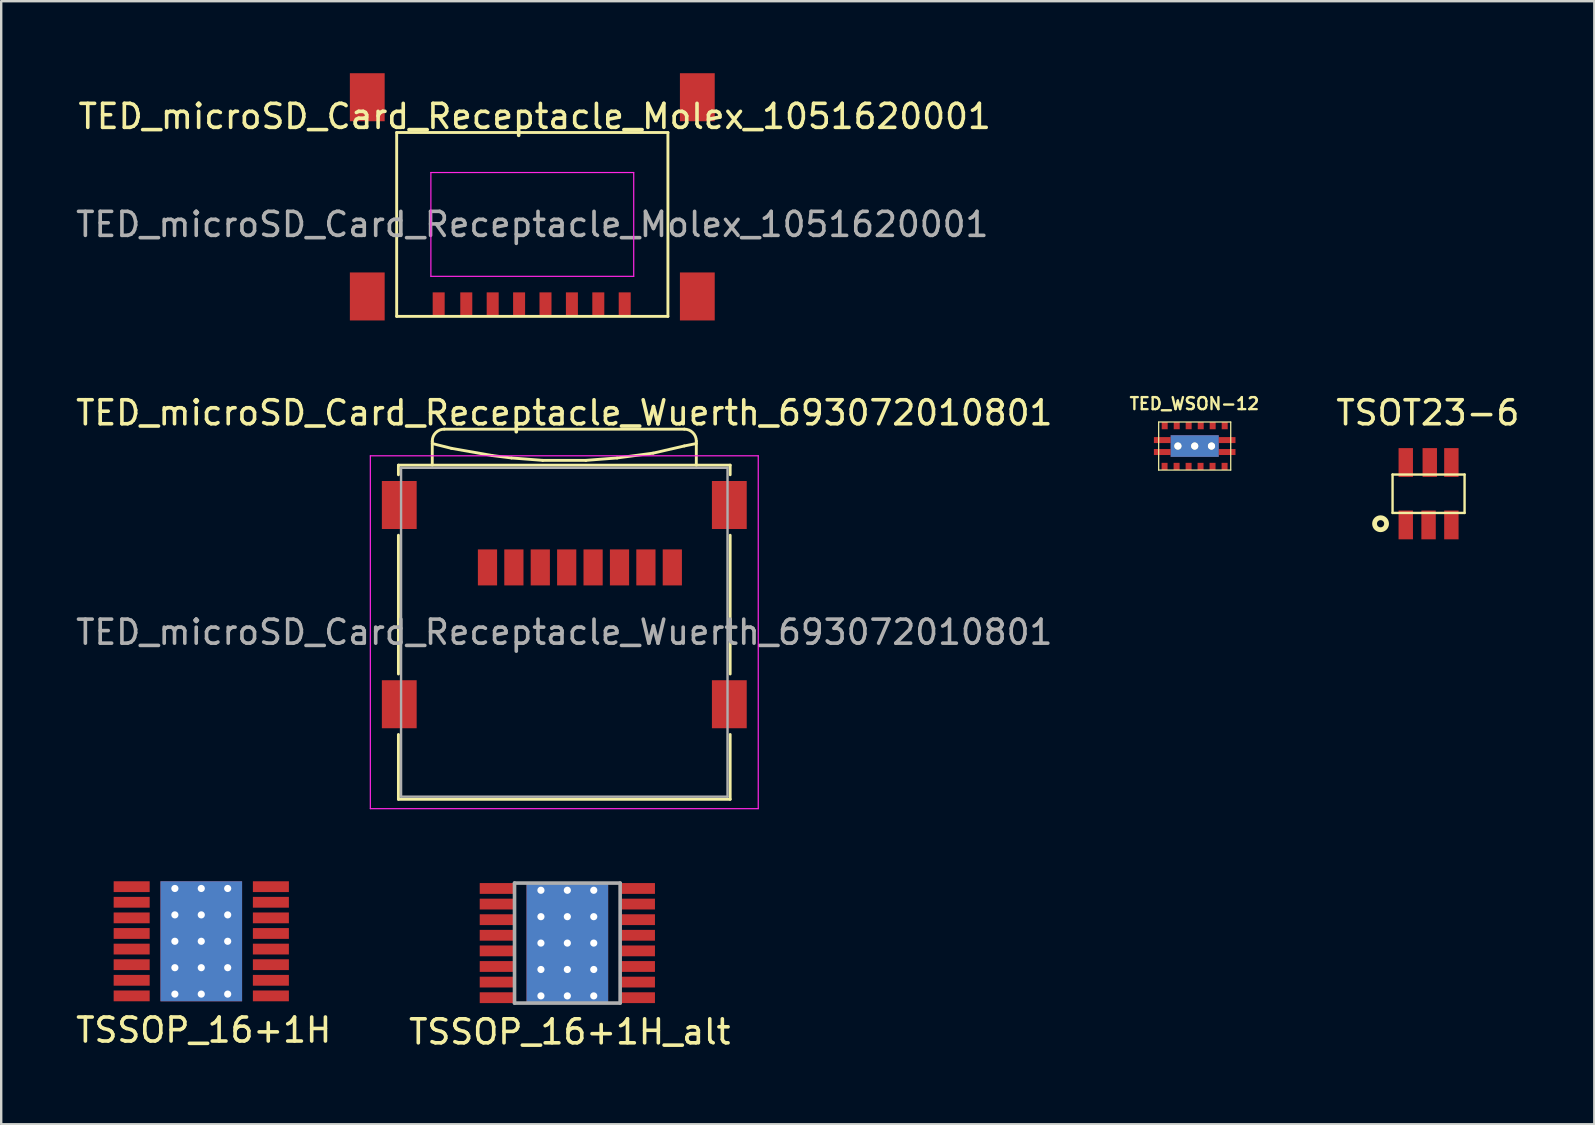
<source format=kicad_pcb>
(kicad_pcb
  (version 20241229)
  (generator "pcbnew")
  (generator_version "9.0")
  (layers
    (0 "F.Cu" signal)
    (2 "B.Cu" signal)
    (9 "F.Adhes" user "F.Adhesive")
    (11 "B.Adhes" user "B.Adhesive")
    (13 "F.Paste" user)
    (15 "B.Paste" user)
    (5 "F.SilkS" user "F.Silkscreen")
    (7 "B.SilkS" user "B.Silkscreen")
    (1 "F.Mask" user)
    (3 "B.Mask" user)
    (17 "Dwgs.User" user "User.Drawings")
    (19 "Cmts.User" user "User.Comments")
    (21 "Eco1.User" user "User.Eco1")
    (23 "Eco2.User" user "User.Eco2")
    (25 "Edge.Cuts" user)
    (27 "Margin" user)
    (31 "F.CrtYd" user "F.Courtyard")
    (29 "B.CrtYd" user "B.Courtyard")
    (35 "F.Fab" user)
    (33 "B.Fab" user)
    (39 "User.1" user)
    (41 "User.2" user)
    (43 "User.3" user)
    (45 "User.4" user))
  (footprint "TSSOP_16+1H_alt"
    (layer "F.Cu")
    (at 20.585 36.238)
    (property "Reference" "TSSOP_16+1H_alt" (at 0.1 3.7 0) (layer "F.SilkS") (effects (font (size 1 1) (thickness 0.15))))
    (attr through_hole)
    (fp_line (start -2.2 -2.5) (end 2.2 -2.5) (stroke (width 0.15) (type solid)) (layer "F.Fab"))
    (fp_line (start -2.2 2.5) (end -2.2 -2.5) (stroke (width 0.15) (type solid)) (layer "F.Fab"))
    (fp_line (start 2.2 -2.5) (end 2.2 2.5) (stroke (width 0.15) (type solid)) (layer "F.Fab"))
    (fp_line (start 2.2 2.5) (end -2.2 2.5) (stroke (width 0.15) (type solid)) (layer "F.Fab"))
    (pad "1" smd rect (at -2.9 -2.275) (size 1.5 0.45) (layers "F.Cu" "F.Mask" "F.Paste"))
    (pad "2" smd rect (at -2.9 -1.625) (size 1.5 0.45) (layers "F.Cu" "F.Mask" "F.Paste"))
    (pad "3" smd rect (at -2.9 -0.975) (size 1.5 0.45) (layers "F.Cu" "F.Mask" "F.Paste"))
    (pad "4" smd rect (at -2.9 -0.325) (size 1.5 0.45) (layers "F.Cu" "F.Mask" "F.Paste"))
    (pad "5" smd rect (at -2.9 0.325) (size 1.5 0.45) (layers "F.Cu" "F.Mask" "F.Paste"))
    (pad "6" smd rect (at -2.9 0.975) (size 1.5 0.45) (layers "F.Cu" "F.Mask" "F.Paste"))
    (pad "7" smd rect (at -2.9 1.625) (size 1.5 0.45) (layers "F.Cu" "F.Mask" "F.Paste"))
    (pad "8" smd rect (at -2.9 2.275) (size 1.5 0.45) (layers "F.Cu" "F.Mask" "F.Paste"))
    (pad "9" smd rect (at 2.9 2.275) (size 1.5 0.45) (layers "F.Cu" "F.Mask" "F.Paste"))
    (pad "10" smd rect (at 2.9 1.625) (size 1.5 0.45) (layers "F.Cu" "F.Mask" "F.Paste"))
    (pad "11" smd rect (at 2.9 0.975) (size 1.5 0.45) (layers "F.Cu" "F.Mask" "F.Paste"))
    (pad "12" smd rect (at 2.9 0.325) (size 1.5 0.45) (layers "F.Cu" "F.Mask" "F.Paste"))
    (pad "13" smd rect (at 2.9 -0.325) (size 1.5 0.45) (layers "F.Cu" "F.Mask" "F.Paste"))
    (pad "14" smd rect (at 2.9 -0.975) (size 1.5 0.45) (layers "F.Cu" "F.Mask" "F.Paste"))
    (pad "15" smd rect (at 2.9 -1.625) (size 1.5 0.45) (layers "F.Cu" "F.Mask" "F.Paste"))
    (pad "16" smd rect (at 2.9 -2.275) (size 1.5 0.45) (layers "F.Cu" "F.Mask" "F.Paste"))
    (pad "17" thru_hole circle (at -1.1 -2.2) (size 0.3 0.3) (drill 0.3) (layers "*.Cu" "*.Mask"))
    (pad "17" thru_hole circle (at -1.1 -1.1) (size 0.3 0.3) (drill 0.3) (layers "*.Cu" "*.Mask"))
    (pad "17" thru_hole circle (at -1.1 0) (size 0.3 0.3) (drill 0.3) (layers "*.Cu" "*.Mask"))
    (pad "17" thru_hole circle (at -1.1 1.1) (size 0.3 0.3) (drill 0.3) (layers "*.Cu" "*.Mask"))
    (pad "17" thru_hole circle (at -1.1 2.2) (size 0.3 0.3) (drill 0.3) (layers "*.Cu" "*.Mask"))
    (pad "17" thru_hole circle (at 0 -2.2) (size 0.3 0.3) (drill 0.3) (layers "*.Cu" "*.Mask"))
    (pad "17" thru_hole circle (at 0 -1.1) (size 0.3 0.3) (drill 0.3) (layers "*.Cu" "*.Mask"))
    (pad "17" thru_hole circle (at 0 0) (size 0.3 0.3) (drill 0.3) (layers "*.Cu" "*.Mask"))
    (pad "17" smd rect (at 0 0) (size 3 3) (layers "F.Cu" "F.Mask" "F.Paste"))
    (pad "17" smd rect (at 0 0) (size 3 3) (layers "B.Cu" "B.Mask" "B.Paste"))
    (pad "17" smd rect (at 0 0) (size 3.4 5) (layers "F.Cu"))
    (pad "17" smd rect (at 0 0) (size 3.4 5) (layers "B.Cu" "B.Mask" "B.Paste"))
    (pad "17" thru_hole circle (at 0 1.1) (size 0.3 0.3) (drill 0.3) (layers "*.Cu" "*.Mask"))
    (pad "17" thru_hole circle (at 0 2.2) (size 0.3 0.3) (drill 0.3) (layers "*.Cu" "*.Mask"))
    (pad "17" thru_hole circle (at 1.1 -2.2) (size 0.3 0.3) (drill 0.3) (layers "*.Cu" "*.Mask"))
    (pad "17" thru_hole circle (at 1.1 -1.1) (size 0.3 0.3) (drill 0.3) (layers "*.Cu" "*.Mask"))
    (pad "17" thru_hole circle (at 1.1 0) (size 0.3 0.3) (drill 0.3) (layers "*.Cu" "*.Mask"))
    (pad "17" thru_hole circle (at 1.1 1.1) (size 0.3 0.3) (drill 0.3) (layers "*.Cu" "*.Mask"))
    (pad "17" thru_hole circle (at 1.1 2.2) (size 0.3 0.3) (drill 0.3) (layers "*.Cu" "*.Mask")))
  (footprint "TED_WSON-12"
    (layer "F.Cu")
    (at 46.72 15.532)
    (property "Reference" "TED_WSON-12" (at -0.013 -1.765 0) (layer "F.SilkS") (effects (font (size 0.5 0.5) (thickness 0.099))))
    (attr through_hole)
    (fp_line (start -1.501 -1.001) (end 1.501 -1.001) (stroke (width 0.051) (type solid)) (layer "F.SilkS"))
    (fp_line (start -1.501 1.001) (end -1.501 -1.001) (stroke (width 0.051) (type solid)) (layer "F.SilkS"))
    (fp_line (start 1.501 -1.001) (end 1.501 1.001) (stroke (width 0.051) (type solid)) (layer "F.SilkS"))
    (fp_line (start 1.501 1.001) (end -1.501 1.001) (stroke (width 0.051) (type solid)) (layer "F.SilkS"))
    (pad "1" smd rect (at -1.255 0.85 180) (size 0.249 0.3) (layers "F.Cu" "F.Mask" "F.Paste"))
    (pad "2" smd rect (at -0.754 0.85 180) (size 0.249 0.3) (layers "F.Cu" "F.Mask" "F.Paste"))
    (pad "3" smd rect (at -0.254 0.85 180) (size 0.249 0.3) (layers "F.Cu" "F.Mask" "F.Paste"))
    (pad "4" smd rect (at 0.244 0.85 180) (size 0.249 0.3) (layers "F.Cu" "F.Mask" "F.Paste"))
    (pad "5" smd rect (at 0.744 0.85 180) (size 0.249 0.3) (layers "F.Cu" "F.Mask" "F.Paste"))
    (pad "6" smd rect (at 1.245 0.85 180) (size 0.249 0.3) (layers "F.Cu" "F.Mask" "F.Paste"))
    (pad "7" smd rect (at 1.25 -0.85 180) (size 0.25 0.3) (layers "F.Cu" "F.Mask" "F.Paste"))
    (pad "8" smd rect (at 0.749 -0.85 180) (size 0.249 0.3) (layers "F.Cu" "F.Mask" "F.Paste"))
    (pad "9" smd rect (at 0.251 -0.85 180) (size 0.249 0.3) (layers "F.Cu" "F.Mask" "F.Paste"))
    (pad "10" smd rect (at -0.251 -0.85 180) (size 0.249 0.3) (layers "F.Cu" "F.Mask" "F.Paste"))
    (pad "11" smd rect (at -0.749 -0.85 180) (size 0.249 0.3) (layers "F.Cu" "F.Mask" "F.Paste"))
    (pad "12" smd rect (at -1.25 -0.85 180) (size 0.249 0.3) (layers "F.Cu" "F.Mask" "F.Paste"))
    (pad "PP" smd rect (at -1.349 -0.249 180) (size 0.701 0.249) (layers "F.Cu" "F.Mask" "F.Paste"))
    (pad "PP" smd rect (at -1.349 0.249 180) (size 0.701 0.249) (layers "F.Cu" "F.Mask" "F.Paste"))
    (pad "PP" thru_hole circle (at -0.7 0 180) (size 0.3 0.3) (drill 0.3) (layers "*.Cu" "*.Mask" "F.SilkS"))
    (pad "PP" thru_hole circle (at 0 0 180) (size 0.3 0.3) (drill 0.3) (layers "*.Cu" "*.Mask" "F.SilkS"))
    (pad "PP" smd rect (at 0 0 180) (size 2 0.9) (layers "F.Cu" "F.Mask" "F.Paste"))
    (pad "PP" connect rect (at 0 0 180) (size 2 0.9) (layers "B.Cu" "B.Mask" "B.Paste"))
    (pad "PP" thru_hole circle (at 0.7 0 180) (size 0.3 0.3) (drill 0.3) (layers "*.Cu" "*.Mask" "F.SilkS"))
    (pad "PP" smd rect (at 1.349 -0.249 180) (size 0.701 0.249) (layers "F.Cu" "F.Mask" "F.Paste"))
    (pad "PP" smd rect (at 1.349 0.249 180) (size 0.701 0.249) (layers "F.Cu" "F.Mask" "F.Paste")))
  (footprint "TED_microSD_Card_Receptacle_Molex_1051620001"
    (layer "F.Cu")
    (at 19.125 6.3)
    (property "Reference" "TED_microSD_Card_Receptacle_Molex_1051620001" (at 0.1 -4.5 0) (layer "F.SilkS") (effects (font (size 1 1) (thickness 0.15))))
    (attr smd)
    (fp_line (start -5.65 -3.83) (end -5.65 3.83) (stroke (width 0.12) (type solid)) (layer "F.SilkS"))
    (fp_line (start -5.65 -3.83) (end 5.65 -3.83) (stroke (width 0.12) (type solid)) (layer "F.SilkS"))
    (fp_line (start 5.65 -3.83) (end 5.65 3.83) (stroke (width 0.12) (type solid)) (layer "F.SilkS"))
    (fp_line (start 5.65 3.83) (end -5.65 3.83) (stroke (width 0.12) (type solid)) (layer "F.SilkS"))
    (fp_line (start -4.225 -2.163) (end -4.225 2.163) (stroke (width 0.05) (type solid)) (layer "F.CrtYd"))
    (fp_line (start 4.225 -2.163) (end -4.225 -2.163) (stroke (width 0.05) (type solid)) (layer "F.CrtYd"))
    (fp_line (start 4.225 -2.163) (end 4.225 2.163) (stroke (width 0.05) (type solid)) (layer "F.CrtYd"))
    (fp_line (start 4.225 2.163) (end -4.225 2.163) (stroke (width 0.05) (type solid)) (layer "F.CrtYd"))
    (fp_text user "${REFERENCE}" (at 0 0 0) (layer "F.Fab") (effects (font (size 1 1) (thickness 0.15))))
    (pad "1" smd rect (at 3.85 3.33) (size 0.5 1) (layers "F.Cu" "F.Mask" "F.Paste"))
    (pad "2" smd rect (at 2.75 3.33) (size 0.5 1) (layers "F.Cu" "F.Mask" "F.Paste"))
    (pad "3" smd rect (at 1.65 3.33) (size 0.5 1) (layers "F.Cu" "F.Mask" "F.Paste"))
    (pad "4" smd rect (at 0.55 3.33) (size 0.5 1) (layers "F.Cu" "F.Mask" "F.Paste"))
    (pad "5" smd rect (at -0.55 3.33) (size 0.5 1) (layers "F.Cu" "F.Mask" "F.Paste"))
    (pad "6" smd rect (at -1.65 3.33) (size 0.5 1) (layers "F.Cu" "F.Mask" "F.Paste"))
    (pad "7" smd rect (at -2.75 3.33) (size 0.5 1) (layers "F.Cu" "F.Mask" "F.Paste"))
    (pad "8" smd rect (at -3.9 3.33) (size 0.5 1) (layers "F.Cu" "F.Mask" "F.Paste"))
    (pad "9" smd rect (at -6.875 -5.3) (size 1.45 2) (layers "F.Cu" "F.Mask" "F.Paste"))
    (pad "9" smd rect (at -6.875 3) (size 1.45 2) (layers "F.Cu" "F.Mask" "F.Paste"))
    (pad "9" smd rect (at 6.875 -5.3) (size 1.45 2) (layers "F.Cu" "F.Mask" "F.Paste"))
    (pad "9" smd rect (at 6.875 3) (size 1.45 2) (layers "F.Cu" "F.Mask" "F.Paste")))
  (footprint "TSSOP_16+1H"
    (layer "F.Cu")
    (at 5.335 36.163)
    (property "Reference" "TSSOP_16+1H" (at 0.1 3.7 0) (layer "F.SilkS") (effects (font (size 1 1) (thickness 0.15))))
    (attr through_hole)
    (pad "1" smd rect (at -2.9 -2.275) (size 1.5 0.45) (layers "F.Cu" "F.Mask" "F.Paste"))
    (pad "2" smd rect (at -2.9 -1.625) (size 1.5 0.45) (layers "F.Cu" "F.Mask" "F.Paste"))
    (pad "3" smd rect (at -2.9 -0.975) (size 1.5 0.45) (layers "F.Cu" "F.Mask" "F.Paste"))
    (pad "4" smd rect (at -2.9 -0.325) (size 1.5 0.45) (layers "F.Cu" "F.Mask" "F.Paste"))
    (pad "5" smd rect (at -2.9 0.325) (size 1.5 0.45) (layers "F.Cu" "F.Mask" "F.Paste"))
    (pad "6" smd rect (at -2.9 0.975) (size 1.5 0.45) (layers "F.Cu" "F.Mask" "F.Paste"))
    (pad "7" smd rect (at -2.9 1.625) (size 1.5 0.45) (layers "F.Cu" "F.Mask" "F.Paste"))
    (pad "8" smd rect (at -2.9 2.275) (size 1.5 0.45) (layers "F.Cu" "F.Mask" "F.Paste"))
    (pad "9" smd rect (at 2.9 2.275) (size 1.5 0.45) (layers "F.Cu" "F.Mask" "F.Paste"))
    (pad "10" smd rect (at 2.9 1.625) (size 1.5 0.45) (layers "F.Cu" "F.Mask" "F.Paste"))
    (pad "11" smd rect (at 2.9 0.975) (size 1.5 0.45) (layers "F.Cu" "F.Mask" "F.Paste"))
    (pad "12" smd rect (at 2.9 0.325) (size 1.5 0.45) (layers "F.Cu" "F.Mask" "F.Paste"))
    (pad "13" smd rect (at 2.9 -0.325) (size 1.5 0.45) (layers "F.Cu" "F.Mask" "F.Paste"))
    (pad "14" smd rect (at 2.9 -0.975) (size 1.5 0.45) (layers "F.Cu" "F.Mask" "F.Paste"))
    (pad "15" smd rect (at 2.9 -1.625) (size 1.5 0.45) (layers "F.Cu" "F.Mask" "F.Paste"))
    (pad "16" smd rect (at 2.9 -2.275) (size 1.5 0.45) (layers "F.Cu" "F.Mask" "F.Paste"))
    (pad "17" thru_hole circle (at -1.1 -2.2) (size 0.3 0.3) (drill 0.3) (layers "*.Cu" "*.Mask"))
    (pad "17" thru_hole circle (at -1.1 -1.1) (size 0.3 0.3) (drill 0.3) (layers "*.Cu" "*.Mask"))
    (pad "17" thru_hole circle (at -1.1 0) (size 0.3 0.3) (drill 0.3) (layers "*.Cu" "*.Mask"))
    (pad "17" thru_hole circle (at -1.1 1.1) (size 0.3 0.3) (drill 0.3) (layers "*.Cu" "*.Mask"))
    (pad "17" thru_hole circle (at -1.1 2.2) (size 0.3 0.3) (drill 0.3) (layers "*.Cu" "*.Mask"))
    (pad "17" thru_hole circle (at 0 -2.2) (size 0.3 0.3) (drill 0.3) (layers "*.Cu" "*.Mask"))
    (pad "17" thru_hole circle (at 0 -1.1) (size 0.3 0.3) (drill 0.3) (layers "*.Cu" "*.Mask"))
    (pad "17" thru_hole circle (at 0 0) (size 0.3 0.3) (drill 0.3) (layers "*.Cu" "*.Mask"))
    (pad "17" smd rect (at 0 0) (size 3 3) (layers "F.Cu" "F.Mask" "F.Paste"))
    (pad "17" smd rect (at 0 0) (size 3 3) (layers "B.Cu" "B.Mask" "B.Paste"))
    (pad "17" smd rect (at 0 0) (size 3.4 5) (layers "F.Cu"))
    (pad "17" smd rect (at 0 0) (size 3.4 5) (layers "B.Cu" "B.Mask" "B.Paste"))
    (pad "17" thru_hole circle (at 0 1.1) (size 0.3 0.3) (drill 0.3) (layers "*.Cu" "*.Mask"))
    (pad "17" thru_hole circle (at 0 2.2) (size 0.3 0.3) (drill 0.3) (layers "*.Cu" "*.Mask"))
    (pad "17" thru_hole circle (at 1.1 -2.2) (size 0.3 0.3) (drill 0.3) (layers "*.Cu" "*.Mask"))
    (pad "17" thru_hole circle (at 1.1 -1.1) (size 0.3 0.3) (drill 0.3) (layers "*.Cu" "*.Mask"))
    (pad "17" thru_hole circle (at 1.1 0) (size 0.3 0.3) (drill 0.3) (layers "*.Cu" "*.Mask"))
    (pad "17" thru_hole circle (at 1.1 1.1) (size 0.3 0.3) (drill 0.3) (layers "*.Cu" "*.Mask"))
    (pad "17" thru_hole circle (at 1.1 2.2) (size 0.3 0.3) (drill 0.3) (layers "*.Cu" "*.Mask")))
  (footprint "TED_microSD_Card_Receptacle_Wuerth_693072010801"
    (layer "F.Cu")
    (at 20.458 23.288)
    (property "Reference" "TED_microSD_Card_Receptacle_Wuerth_693072010801" (at 0 -9.14 0) (layer "F.SilkS") (effects (font (size 1 1) (thickness 0.15))))
    (attr smd)
    (fp_line (start -6.91 -6.96) (end -6.91 -6.56) (stroke (width 0.12) (type solid)) (layer "F.SilkS"))
    (fp_line (start -6.91 -6.96) (end 6.91 -6.96) (stroke (width 0.12) (type solid)) (layer "F.SilkS"))
    (fp_line (start -6.91 -4.04) (end -6.91 1.74) (stroke (width 0.12) (type solid)) (layer "F.SilkS"))
    (fp_line (start -6.91 4.26) (end -6.91 6.96) (stroke (width 0.12) (type solid)) (layer "F.SilkS"))
    (fp_line (start -5.5 -7.86) (end -4.7 -7.66) (stroke (width 0.12) (type solid)) (layer "F.SilkS"))
    (fp_line (start -5.5 -6.96) (end -5.5 -7.96) (stroke (width 0.12) (type solid)) (layer "F.SilkS"))
    (fp_line (start -5 -8.46) (end 5 -8.46) (stroke (width 0.12) (type solid)) (layer "F.SilkS"))
    (fp_line (start -4.7 -7.66) (end -3 -7.36) (stroke (width 0.12) (type solid)) (layer "F.SilkS"))
    (fp_line (start -3 -7.36) (end -2.2 -7.26) (stroke (width 0.12) (type solid)) (layer "F.SilkS"))
    (fp_line (start -2.2 -7.26) (end -0.9 -7.16) (stroke (width 0.12) (type solid)) (layer "F.SilkS"))
    (fp_line (start -0.9 -7.16) (end 0.9 -7.16) (stroke (width 0.12) (type solid)) (layer "F.SilkS"))
    (fp_line (start 0.9 -7.16) (end 2.2 -7.26) (stroke (width 0.12) (type solid)) (layer "F.SilkS"))
    (fp_line (start 2.2 -7.26) (end 3.7 -7.46) (stroke (width 0.12) (type solid)) (layer "F.SilkS"))
    (fp_line (start 3.7 -7.46) (end 5 -7.76) (stroke (width 0.12) (type solid)) (layer "F.SilkS"))
    (fp_line (start 5 -7.76) (end 5.5 -7.86) (stroke (width 0.12) (type solid)) (layer "F.SilkS"))
    (fp_line (start 5.5 -6.96) (end 5.5 -7.96) (stroke (width 0.12) (type solid)) (layer "F.SilkS"))
    (fp_line (start 6.91 -6.96) (end 6.91 -6.56) (stroke (width 0.12) (type solid)) (layer "F.SilkS"))
    (fp_line (start 6.91 -4.04) (end 6.91 1.74) (stroke (width 0.12) (type solid)) (layer "F.SilkS"))
    (fp_line (start 6.91 4.26) (end 6.91 6.96) (stroke (width 0.12) (type solid)) (layer "F.SilkS"))
    (fp_line (start 6.91 6.96) (end -6.91 6.96) (stroke (width 0.12) (type solid)) (layer "F.SilkS"))
    (fp_arc (start -5.5 -7.96) (mid -5.353553 -8.313553) (end -5 -8.46) (stroke (width 0.12) (type solid)) (layer "F.SilkS"))
    (fp_arc (start 5 -8.46) (mid 5.353553 -8.313553) (end 5.5 -7.96) (stroke (width 0.12) (type solid)) (layer "F.SilkS"))
    (fp_line (start -8.08 -7.35) (end -8.08 7.35) (stroke (width 0.05) (type solid)) (layer "F.CrtYd"))
    (fp_line (start 8.08 -7.35) (end -8.08 -7.35) (stroke (width 0.05) (type solid)) (layer "F.CrtYd"))
    (fp_line (start 8.08 -7.35) (end 8.08 7.35) (stroke (width 0.05) (type solid)) (layer "F.CrtYd"))
    (fp_line (start 8.08 7.35) (end -8.08 7.35) (stroke (width 0.05) (type solid)) (layer "F.CrtYd"))
    (fp_line (start -6.8 -6.85) (end -6.8 6.85) (stroke (width 0.1) (type solid)) (layer "F.Fab"))
    (fp_line (start -6.8 6.85) (end 6.8 6.85) (stroke (width 0.1) (type solid)) (layer "F.Fab"))
    (fp_line (start 6.8 -6.85) (end -6.8 -6.85) (stroke (width 0.1) (type solid)) (layer "F.Fab"))
    (fp_line (start 6.8 6.85) (end 6.8 -6.85) (stroke (width 0.1) (type solid)) (layer "F.Fab"))
    (fp_text user "${REFERENCE}" (at 0 0 0) (layer "F.Fab") (effects (font (size 1 1) (thickness 0.15))))
    (pad "1" smd rect (at -3.2 -2.7) (size 0.8 1.5) (layers "F.Cu" "F.Mask" "F.Paste"))
    (pad "2" smd rect (at -2.1 -2.7) (size 0.8 1.5) (layers "F.Cu" "F.Mask" "F.Paste"))
    (pad "3" smd rect (at -1 -2.7) (size 0.8 1.5) (layers "F.Cu" "F.Mask" "F.Paste"))
    (pad "4" smd rect (at 0.1 -2.7) (size 0.8 1.5) (layers "F.Cu" "F.Mask" "F.Paste"))
    (pad "5" smd rect (at 1.2 -2.7) (size 0.8 1.5) (layers "F.Cu" "F.Mask" "F.Paste"))
    (pad "6" smd rect (at 2.3 -2.7) (size 0.8 1.5) (layers "F.Cu" "F.Mask" "F.Paste"))
    (pad "7" smd rect (at 3.4 -2.7) (size 0.8 1.5) (layers "F.Cu" "F.Mask" "F.Paste"))
    (pad "8" smd rect (at 4.5 -2.7) (size 0.8 1.5) (layers "F.Cu" "F.Mask" "F.Paste"))
    (pad "9" smd rect (at -6.875 -5.3) (size 1.45 2) (layers "F.Cu" "F.Mask" "F.Paste"))
    (pad "9" smd rect (at -6.875 3) (size 1.45 2) (layers "F.Cu" "F.Mask" "F.Paste"))
    (pad "9" smd rect (at 6.875 -5.3) (size 1.45 2) (layers "F.Cu" "F.Mask" "F.Paste"))
    (pad "9" smd rect (at 6.875 3) (size 1.45 2) (layers "F.Cu" "F.Mask" "F.Paste")))
  (footprint "TSOT23-6"
    (layer "F.Cu")
    (at 56.463 17.518)
    (property "Reference" "TSOT23-6" (at -0.03 -3.37 0) (layer "F.SilkS") (effects (font (size 1 1) (thickness 0.15))))
    (attr smd)
    (fp_line (start -1.5 -0.8) (end -1.5 0.8) (stroke (width 0.1) (type solid)) (layer "F.SilkS"))
    (fp_line (start -1.5 -0.8) (end 1.5 -0.8) (stroke (width 0.1) (type solid)) (layer "F.SilkS"))
    (fp_line (start -1.5 0.8) (end 1.5 0.8) (stroke (width 0.1) (type solid)) (layer "F.SilkS"))
    (fp_line (start 1.5 -0.8) (end 1.5 0.8) (stroke (width 0.1) (type solid)) (layer "F.SilkS"))
    (fp_circle (center -2 1.25) (end -1.75 1.25) (stroke (width 0.2) (type solid)) (fill no) (layer "F.SilkS"))
    (pad "1" smd rect (at -0.95 1.3) (size 0.6 1.2) (layers "F.Cu" "F.Mask" "F.Paste"))
    (pad "2" smd rect (at 0 1.3) (size 0.6 1.2) (layers "F.Cu" "F.Mask" "F.Paste"))
    (pad "3" smd rect (at 0.95 1.3) (size 0.6 1.2) (layers "F.Cu" "F.Mask" "F.Paste"))
    (pad "4" smd rect (at -0.95 -1.3) (size 0.6 1.2) (layers "F.Cu" "F.Mask" "F.Paste"))
    (pad "4" smd rect (at 0.95 -1.3) (size 0.6 1.2) (layers "F.Cu" "F.Mask" "F.Paste"))
    (pad "5" smd rect (at 0.05 -1.3) (size 0.6 1.2) (layers "F.Cu" "F.Mask" "F.Paste")))
  (gr_rect
    (start -3 -3)
    (end 63.368 43.786)
    (stroke (width 0.1) (type default))
    (fill no)
    (layer "Edge.Cuts")))
</source>
